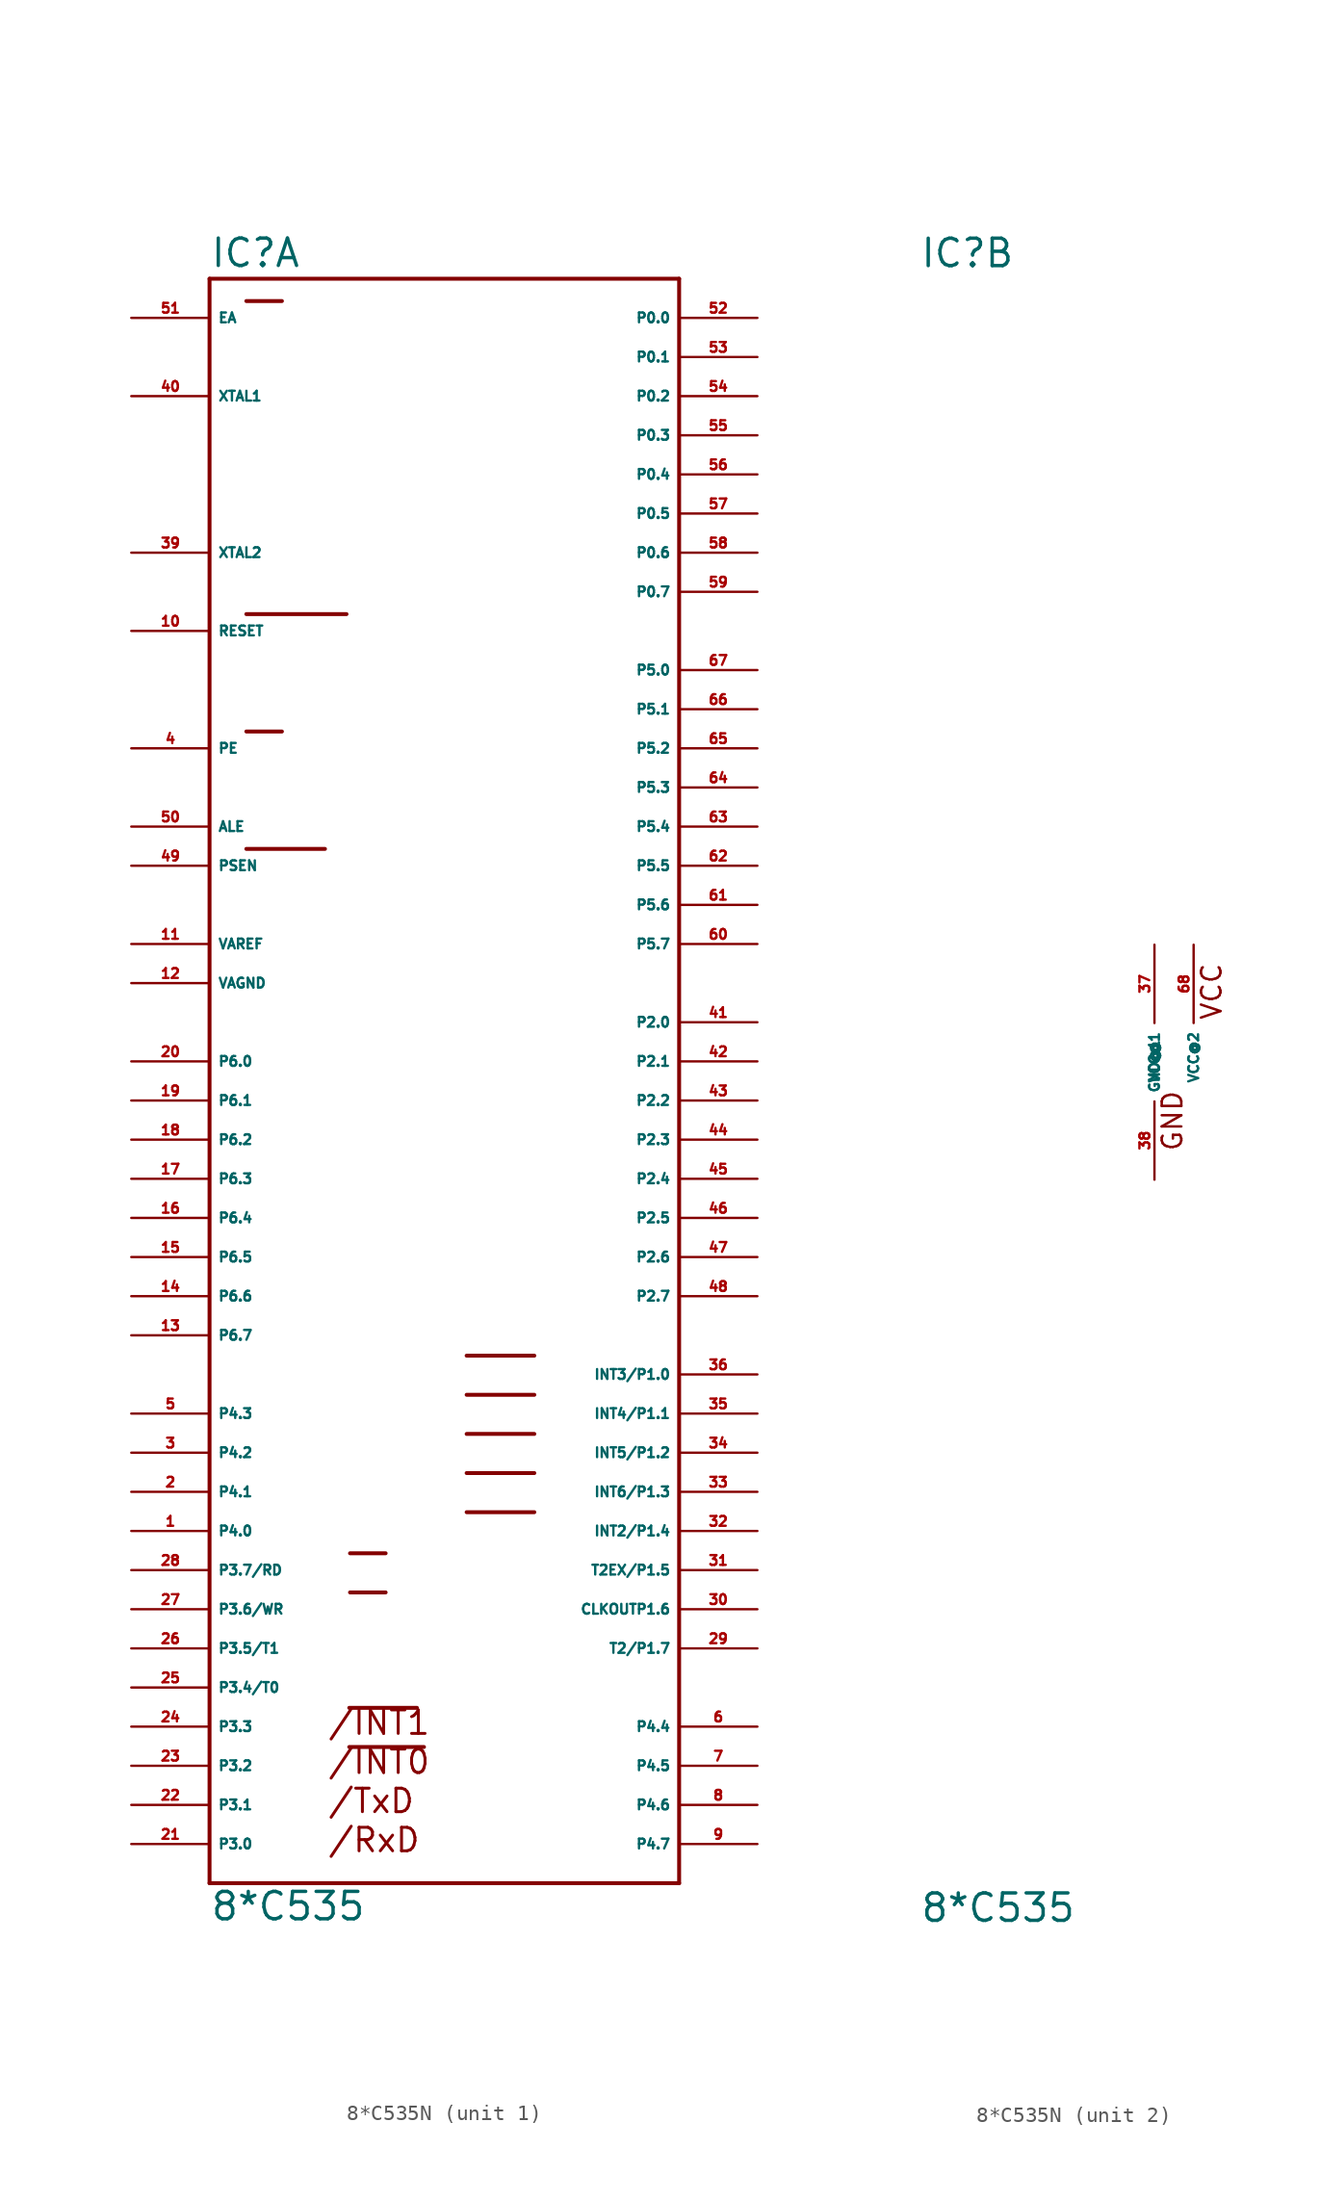
<source format=kicad_sym>
(kicad_symbol_lib
  (version 20220914)
  (generator Eagle2Kicad)
  (symbol "8*C535N"
    (property "Reference" "IC"
      (at -15.24 51.435 0)
      (effects (font (size 1.778 1.778) (thickness 0.22)) (justify left bottom)))
    (property "Value" "8*C535"
      (at -15.24 -55.88 0)
      (effects (font (size 1.778 1.778) (thickness 0.22)) (justify left bottom)))
    (symbol "8*C535N_1_0"
      (polyline (pts (xy -6.172 -41.961) (xy -1.778 -41.961)) (stroke (width 0.254) (type default)) (fill (type none)))
      (polyline (pts (xy -6.172 -44.501) (xy -1.321 -44.501)) (stroke (width 0.254) (type default)) (fill (type none)))
      (polyline (pts (xy -6.121 -31.928) (xy -3.81 -31.928)) (stroke (width 0.254) (type default)) (fill (type none)))
      (polyline (pts (xy -6.121 -34.468) (xy -3.81 -34.468)) (stroke (width 0.254) (type default)) (fill (type none)))
      (polyline (pts (xy -12.852 29.032) (xy -6.35 29.032)) (stroke (width 0.254) (type default)) (fill (type none)))
      (polyline (pts (xy -12.852 21.412) (xy -10.541 21.412)) (stroke (width 0.254) (type default)) (fill (type none)))
      (polyline (pts (xy -12.852 13.792) (xy -7.747 13.792)) (stroke (width 0.254) (type default)) (fill (type none)))
      (polyline (pts (xy -12.852 49.352) (xy -10.541 49.352)) (stroke (width 0.254) (type default)) (fill (type none)))
      (polyline (pts (xy -15.24 -53.34) (xy 15.24 -53.34)) (stroke (width 0.254) (type default)) (fill (type none)))
      (polyline (pts (xy 15.24 -53.34) (xy 15.24 50.8)) (stroke (width 0.254) (type default)) (fill (type none)))
      (polyline (pts (xy 15.24 50.8) (xy -15.24 50.8)) (stroke (width 0.254) (type default)) (fill (type none)))
      (polyline (pts (xy -15.24 50.8) (xy -15.24 -53.34)) (stroke (width 0.254) (type default)) (fill (type none)))
      (polyline (pts (xy 1.448 -19.101) (xy 5.842 -19.101)) (stroke (width 0.254) (type default)) (fill (type none)))
      (polyline (pts (xy 1.448 -21.641) (xy 5.842 -21.641)) (stroke (width 0.254) (type default)) (fill (type none)))
      (polyline (pts (xy 1.448 -24.181) (xy 5.842 -24.181)) (stroke (width 0.254) (type default)) (fill (type none)))
      (polyline (pts (xy 1.448 -26.721) (xy 5.842 -26.721)) (stroke (width 0.254) (type default)) (fill (type none)))
      (polyline (pts (xy 1.448 -29.261) (xy 5.842 -29.261)) (stroke (width 0.254) (type default)) (fill (type none)))
      (text "/INT1" (at -7.62 -43.815 0) (effects (font (size 1.524 1.524) (thickness 0.19)) (justify left bottom)))
      (text "/INT0" (at -7.62 -46.355 0) (effects (font (size 1.524 1.524) (thickness 0.19)) (justify left bottom)))
      (text "/RxD" (at -7.62 -51.435 0) (effects (font (size 1.524 1.524) (thickness 0.19)) (justify left bottom)))
      (text "/TxD" (at -7.62 -48.895 0) (effects (font (size 1.524 1.524) (thickness 0.19)) (justify left bottom)))
      (pin input line (at -20.32 48.26 0) (length 5.08) (name "EA" (effects (font (size 0.635 0.635) (thickness 0.08)) (justify left bottom))) (number "51" (effects (font (size 0.635 0.635) (thickness 0.08)) (justify left bottom))))
      (pin bidirectional line (at 20.32 48.26 180) (length 5.08) (name "P0.0" (effects (font (size 0.635 0.635) (thickness 0.08)) (justify left bottom))) (number "52" (effects (font (size 0.635 0.635) (thickness 0.08)) (justify left bottom))))
      (pin bidirectional line (at 20.32 45.72 180) (length 5.08) (name "P0.1" (effects (font (size 0.635 0.635) (thickness 0.08)) (justify left bottom))) (number "53" (effects (font (size 0.635 0.635) (thickness 0.08)) (justify left bottom))))
      (pin bidirectional line (at 20.32 43.18 180) (length 5.08) (name "P0.2" (effects (font (size 0.635 0.635) (thickness 0.08)) (justify left bottom))) (number "54" (effects (font (size 0.635 0.635) (thickness 0.08)) (justify left bottom))))
      (pin bidirectional line (at 20.32 40.64 180) (length 5.08) (name "P0.3" (effects (font (size 0.635 0.635) (thickness 0.08)) (justify left bottom))) (number "55" (effects (font (size 0.635 0.635) (thickness 0.08)) (justify left bottom))))
      (pin bidirectional line (at 20.32 38.1 180) (length 5.08) (name "P0.4" (effects (font (size 0.635 0.635) (thickness 0.08)) (justify left bottom))) (number "56" (effects (font (size 0.635 0.635) (thickness 0.08)) (justify left bottom))))
      (pin bidirectional line (at 20.32 35.56 180) (length 5.08) (name "P0.5" (effects (font (size 0.635 0.635) (thickness 0.08)) (justify left bottom))) (number "57" (effects (font (size 0.635 0.635) (thickness 0.08)) (justify left bottom))))
      (pin bidirectional line (at 20.32 33.02 180) (length 5.08) (name "P0.6" (effects (font (size 0.635 0.635) (thickness 0.08)) (justify left bottom))) (number "58" (effects (font (size 0.635 0.635) (thickness 0.08)) (justify left bottom))))
      (pin bidirectional line (at 20.32 30.48 180) (length 5.08) (name "P0.7" (effects (font (size 0.635 0.635) (thickness 0.08)) (justify left bottom))) (number "59" (effects (font (size 0.635 0.635) (thickness 0.08)) (justify left bottom))))
      (pin bidirectional line (at 20.32 25.4 180) (length 5.08) (name "P5.0" (effects (font (size 0.635 0.635) (thickness 0.08)) (justify left bottom))) (number "67" (effects (font (size 0.635 0.635) (thickness 0.08)) (justify left bottom))))
      (pin bidirectional line (at 20.32 22.86 180) (length 5.08) (name "P5.1" (effects (font (size 0.635 0.635) (thickness 0.08)) (justify left bottom))) (number "66" (effects (font (size 0.635 0.635) (thickness 0.08)) (justify left bottom))))
      (pin bidirectional line (at 20.32 20.32 180) (length 5.08) (name "P5.2" (effects (font (size 0.635 0.635) (thickness 0.08)) (justify left bottom))) (number "65" (effects (font (size 0.635 0.635) (thickness 0.08)) (justify left bottom))))
      (pin bidirectional line (at 20.32 17.78 180) (length 5.08) (name "P5.3" (effects (font (size 0.635 0.635) (thickness 0.08)) (justify left bottom))) (number "64" (effects (font (size 0.635 0.635) (thickness 0.08)) (justify left bottom))))
      (pin bidirectional line (at 20.32 15.24 180) (length 5.08) (name "P5.4" (effects (font (size 0.635 0.635) (thickness 0.08)) (justify left bottom))) (number "63" (effects (font (size 0.635 0.635) (thickness 0.08)) (justify left bottom))))
      (pin bidirectional line (at 20.32 12.7 180) (length 5.08) (name "P5.5" (effects (font (size 0.635 0.635) (thickness 0.08)) (justify left bottom))) (number "62" (effects (font (size 0.635 0.635) (thickness 0.08)) (justify left bottom))))
      (pin bidirectional line (at 20.32 10.16 180) (length 5.08) (name "P5.6" (effects (font (size 0.635 0.635) (thickness 0.08)) (justify left bottom))) (number "61" (effects (font (size 0.635 0.635) (thickness 0.08)) (justify left bottom))))
      (pin bidirectional line (at 20.32 7.62 180) (length 5.08) (name "P5.7" (effects (font (size 0.635 0.635) (thickness 0.08)) (justify left bottom))) (number "60" (effects (font (size 0.635 0.635) (thickness 0.08)) (justify left bottom))))
      (pin input line (at -20.32 43.18 0) (length 5.08) (name "XTAL1" (effects (font (size 0.635 0.635) (thickness 0.08)) (justify left bottom))) (number "40" (effects (font (size 0.635 0.635) (thickness 0.08)) (justify left bottom))))
      (pin input line (at -20.32 33.02 0) (length 5.08) (name "XTAL2" (effects (font (size 0.635 0.635) (thickness 0.08)) (justify left bottom))) (number "39" (effects (font (size 0.635 0.635) (thickness 0.08)) (justify left bottom))))
      (pin input line (at -20.32 27.94 0) (length 5.08) (name "RESET" (effects (font (size 0.635 0.635) (thickness 0.08)) (justify left bottom))) (number "10" (effects (font (size 0.635 0.635) (thickness 0.08)) (justify left bottom))))
      (pin input line (at -20.32 20.32 0) (length 5.08) (name "PE" (effects (font (size 0.635 0.635) (thickness 0.08)) (justify left bottom))) (number "4" (effects (font (size 0.635 0.635) (thickness 0.08)) (justify left bottom))))
      (pin output line (at -20.32 15.24 0) (length 5.08) (name "ALE" (effects (font (size 0.635 0.635) (thickness 0.08)) (justify left bottom))) (number "50" (effects (font (size 0.635 0.635) (thickness 0.08)) (justify left bottom))))
      (pin output line (at -20.32 12.7 0) (length 5.08) (name "PSEN" (effects (font (size 0.635 0.635) (thickness 0.08)) (justify left bottom))) (number "49" (effects (font (size 0.635 0.635) (thickness 0.08)) (justify left bottom))))
      (pin bidirectional line (at -20.32 7.62 0) (length 5.08) (name "VAREF" (effects (font (size 0.635 0.635) (thickness 0.08)) (justify left bottom))) (number "11" (effects (font (size 0.635 0.635) (thickness 0.08)) (justify left bottom))))
      (pin bidirectional line (at -20.32 5.08 0) (length 5.08) (name "VAGND" (effects (font (size 0.635 0.635) (thickness 0.08)) (justify left bottom))) (number "12" (effects (font (size 0.635 0.635) (thickness 0.08)) (justify left bottom))))
      (pin input line (at -20.32 0 0) (length 5.08) (name "P6.0" (effects (font (size 0.635 0.635) (thickness 0.08)) (justify left bottom))) (number "20" (effects (font (size 0.635 0.635) (thickness 0.08)) (justify left bottom))))
      (pin input line (at -20.32 -2.54 0) (length 5.08) (name "P6.1" (effects (font (size 0.635 0.635) (thickness 0.08)) (justify left bottom))) (number "19" (effects (font (size 0.635 0.635) (thickness 0.08)) (justify left bottom))))
      (pin input line (at -20.32 -5.08 0) (length 5.08) (name "P6.2" (effects (font (size 0.635 0.635) (thickness 0.08)) (justify left bottom))) (number "18" (effects (font (size 0.635 0.635) (thickness 0.08)) (justify left bottom))))
      (pin input line (at -20.32 -7.62 0) (length 5.08) (name "P6.3" (effects (font (size 0.635 0.635) (thickness 0.08)) (justify left bottom))) (number "17" (effects (font (size 0.635 0.635) (thickness 0.08)) (justify left bottom))))
      (pin input line (at -20.32 -10.16 0) (length 5.08) (name "P6.4" (effects (font (size 0.635 0.635) (thickness 0.08)) (justify left bottom))) (number "16" (effects (font (size 0.635 0.635) (thickness 0.08)) (justify left bottom))))
      (pin input line (at -20.32 -15.24 0) (length 5.08) (name "P6.6" (effects (font (size 0.635 0.635) (thickness 0.08)) (justify left bottom))) (number "14" (effects (font (size 0.635 0.635) (thickness 0.08)) (justify left bottom))))
      (pin input line (at -20.32 -17.78 0) (length 5.08) (name "P6.7" (effects (font (size 0.635 0.635) (thickness 0.08)) (justify left bottom))) (number "13" (effects (font (size 0.635 0.635) (thickness 0.08)) (justify left bottom))))
      (pin bidirectional line (at -20.32 -22.86 0) (length 5.08) (name "P4.3" (effects (font (size 0.635 0.635) (thickness 0.08)) (justify left bottom))) (number "5" (effects (font (size 0.635 0.635) (thickness 0.08)) (justify left bottom))))
      (pin input line (at -20.32 -12.7 0) (length 5.08) (name "P6.5" (effects (font (size 0.635 0.635) (thickness 0.08)) (justify left bottom))) (number "15" (effects (font (size 0.635 0.635) (thickness 0.08)) (justify left bottom))))
      (pin bidirectional line (at 20.32 2.54 180) (length 5.08) (name "P2.0" (effects (font (size 0.635 0.635) (thickness 0.08)) (justify left bottom))) (number "41" (effects (font (size 0.635 0.635) (thickness 0.08)) (justify left bottom))))
      (pin bidirectional line (at -20.32 -25.4 0) (length 5.08) (name "P4.2" (effects (font (size 0.635 0.635) (thickness 0.08)) (justify left bottom))) (number "3" (effects (font (size 0.635 0.635) (thickness 0.08)) (justify left bottom))))
      (pin bidirectional line (at -20.32 -27.94 0) (length 5.08) (name "P4.1" (effects (font (size 0.635 0.635) (thickness 0.08)) (justify left bottom))) (number "2" (effects (font (size 0.635 0.635) (thickness 0.08)) (justify left bottom))))
      (pin bidirectional line (at -20.32 -30.48 0) (length 5.08) (name "P4.0" (effects (font (size 0.635 0.635) (thickness 0.08)) (justify left bottom))) (number "1" (effects (font (size 0.635 0.635) (thickness 0.08)) (justify left bottom))))
      (pin bidirectional line (at 20.32 0 180) (length 5.08) (name "P2.1" (effects (font (size 0.635 0.635) (thickness 0.08)) (justify left bottom))) (number "42" (effects (font (size 0.635 0.635) (thickness 0.08)) (justify left bottom))))
      (pin bidirectional line (at 20.32 -2.54 180) (length 5.08) (name "P2.2" (effects (font (size 0.635 0.635) (thickness 0.08)) (justify left bottom))) (number "43" (effects (font (size 0.635 0.635) (thickness 0.08)) (justify left bottom))))
      (pin bidirectional line (at 20.32 -5.08 180) (length 5.08) (name "P2.3" (effects (font (size 0.635 0.635) (thickness 0.08)) (justify left bottom))) (number "44" (effects (font (size 0.635 0.635) (thickness 0.08)) (justify left bottom))))
      (pin bidirectional line (at 20.32 -7.62 180) (length 5.08) (name "P2.4" (effects (font (size 0.635 0.635) (thickness 0.08)) (justify left bottom))) (number "45" (effects (font (size 0.635 0.635) (thickness 0.08)) (justify left bottom))))
      (pin bidirectional line (at 20.32 -10.16 180) (length 5.08) (name "P2.5" (effects (font (size 0.635 0.635) (thickness 0.08)) (justify left bottom))) (number "46" (effects (font (size 0.635 0.635) (thickness 0.08)) (justify left bottom))))
      (pin bidirectional line (at 20.32 -12.7 180) (length 5.08) (name "P2.6" (effects (font (size 0.635 0.635) (thickness 0.08)) (justify left bottom))) (number "47" (effects (font (size 0.635 0.635) (thickness 0.08)) (justify left bottom))))
      (pin bidirectional line (at 20.32 -15.24 180) (length 5.08) (name "P2.7" (effects (font (size 0.635 0.635) (thickness 0.08)) (justify left bottom))) (number "48" (effects (font (size 0.635 0.635) (thickness 0.08)) (justify left bottom))))
      (pin bidirectional line (at 20.32 -20.32 180) (length 5.08) (name "INT3/P1.0" (effects (font (size 0.635 0.635) (thickness 0.08)) (justify left bottom))) (number "36" (effects (font (size 0.635 0.635) (thickness 0.08)) (justify left bottom))))
      (pin bidirectional line (at 20.32 -22.86 180) (length 5.08) (name "INT4/P1.1" (effects (font (size 0.635 0.635) (thickness 0.08)) (justify left bottom))) (number "35" (effects (font (size 0.635 0.635) (thickness 0.08)) (justify left bottom))))
      (pin bidirectional line (at 20.32 -25.4 180) (length 5.08) (name "INT5/P1.2" (effects (font (size 0.635 0.635) (thickness 0.08)) (justify left bottom))) (number "34" (effects (font (size 0.635 0.635) (thickness 0.08)) (justify left bottom))))
      (pin bidirectional line (at 20.32 -27.94 180) (length 5.08) (name "INT6/P1.3" (effects (font (size 0.635 0.635) (thickness 0.08)) (justify left bottom))) (number "33" (effects (font (size 0.635 0.635) (thickness 0.08)) (justify left bottom))))
      (pin bidirectional line (at 20.32 -30.48 180) (length 5.08) (name "INT2/P1.4" (effects (font (size 0.635 0.635) (thickness 0.08)) (justify left bottom))) (number "32" (effects (font (size 0.635 0.635) (thickness 0.08)) (justify left bottom))))
      (pin bidirectional line (at 20.32 -33.02 180) (length 5.08) (name "T2EX/P1.5" (effects (font (size 0.635 0.635) (thickness 0.08)) (justify left bottom))) (number "31" (effects (font (size 0.635 0.635) (thickness 0.08)) (justify left bottom))))
      (pin bidirectional line (at 20.32 -35.56 180) (length 5.08) (name "CLKOUTP1.6" (effects (font (size 0.635 0.635) (thickness 0.08)) (justify left bottom))) (number "30" (effects (font (size 0.635 0.635) (thickness 0.08)) (justify left bottom))))
      (pin bidirectional line (at 20.32 -38.1 180) (length 5.08) (name "T2/P1.7" (effects (font (size 0.635 0.635) (thickness 0.08)) (justify left bottom))) (number "29" (effects (font (size 0.635 0.635) (thickness 0.08)) (justify left bottom))))
      (pin bidirectional line (at 20.32 -43.18 180) (length 5.08) (name "P4.4" (effects (font (size 0.635 0.635) (thickness 0.08)) (justify left bottom))) (number "6" (effects (font (size 0.635 0.635) (thickness 0.08)) (justify left bottom))))
      (pin bidirectional line (at 20.32 -45.72 180) (length 5.08) (name "P4.5" (effects (font (size 0.635 0.635) (thickness 0.08)) (justify left bottom))) (number "7" (effects (font (size 0.635 0.635) (thickness 0.08)) (justify left bottom))))
      (pin bidirectional line (at 20.32 -48.26 180) (length 5.08) (name "P4.6" (effects (font (size 0.635 0.635) (thickness 0.08)) (justify left bottom))) (number "8" (effects (font (size 0.635 0.635) (thickness 0.08)) (justify left bottom))))
      (pin bidirectional line (at 20.32 -50.8 180) (length 5.08) (name "P4.7" (effects (font (size 0.635 0.635) (thickness 0.08)) (justify left bottom))) (number "9" (effects (font (size 0.635 0.635) (thickness 0.08)) (justify left bottom))))
      (pin bidirectional line (at -20.32 -50.8 0) (length 5.08) (name "P3.0" (effects (font (size 0.635 0.635) (thickness 0.08)) (justify left bottom))) (number "21" (effects (font (size 0.635 0.635) (thickness 0.08)) (justify left bottom))))
      (pin bidirectional line (at -20.32 -48.26 0) (length 5.08) (name "P3.1" (effects (font (size 0.635 0.635) (thickness 0.08)) (justify left bottom))) (number "22" (effects (font (size 0.635 0.635) (thickness 0.08)) (justify left bottom))))
      (pin bidirectional line (at -20.32 -45.72 0) (length 5.08) (name "P3.2" (effects (font (size 0.635 0.635) (thickness 0.08)) (justify left bottom))) (number "23" (effects (font (size 0.635 0.635) (thickness 0.08)) (justify left bottom))))
      (pin bidirectional line (at -20.32 -43.18 0) (length 5.08) (name "P3.3" (effects (font (size 0.635 0.635) (thickness 0.08)) (justify left bottom))) (number "24" (effects (font (size 0.635 0.635) (thickness 0.08)) (justify left bottom))))
      (pin bidirectional line (at -20.32 -40.64 0) (length 5.08) (name "P3.4/T0" (effects (font (size 0.635 0.635) (thickness 0.08)) (justify left bottom))) (number "25" (effects (font (size 0.635 0.635) (thickness 0.08)) (justify left bottom))))
      (pin bidirectional line (at -20.32 -38.1 0) (length 5.08) (name "P3.5/T1" (effects (font (size 0.635 0.635) (thickness 0.08)) (justify left bottom))) (number "26" (effects (font (size 0.635 0.635) (thickness 0.08)) (justify left bottom))))
      (pin bidirectional line (at -20.32 -35.56 0) (length 5.08) (name "P3.6/WR" (effects (font (size 0.635 0.635) (thickness 0.08)) (justify left bottom))) (number "27" (effects (font (size 0.635 0.635) (thickness 0.08)) (justify left bottom))))
      (pin bidirectional line (at -20.32 -33.02 0) (length 5.08) (name "P3.7/RD" (effects (font (size 0.635 0.635) (thickness 0.08)) (justify left bottom))) (number "28" (effects (font (size 0.635 0.635) (thickness 0.08)) (justify left bottom)))))
    (symbol "8*C535N_2_0"
      (text "VCC" (at 4.445 2.667 900) (effects (font (size 1.27 1.27) (thickness 0.16)) (justify left bottom)))
      (text "GND" (at 1.905 -5.842 900) (effects (font (size 1.27 1.27) (thickness 0.16)) (justify left bottom)))
      (pin unspecified line (at 0 -7.62 90) (length 5.08) (name "GND@1" (effects (font (size 0.635 0.635) (thickness 0.08)) (justify left bottom))) (number "38" (effects (font (size 0.635 0.635) (thickness 0.08)) (justify left bottom))))
      (pin unspecified line (at 0 7.62 270) (length 5.08) (name "VCC@1" (effects (font (size 0.635 0.635) (thickness 0.08)) (justify left bottom))) (number "37" (effects (font (size 0.635 0.635) (thickness 0.08)) (justify left bottom))))
      (pin unspecified line (at 2.54 7.62 270) (length 5.08) (name "VCC@2" (effects (font (size 0.635 0.635) (thickness 0.08)) (justify left bottom))) (number "68" (effects (font (size 0.635 0.635) (thickness 0.08)) (justify left bottom)))))))
</source>
